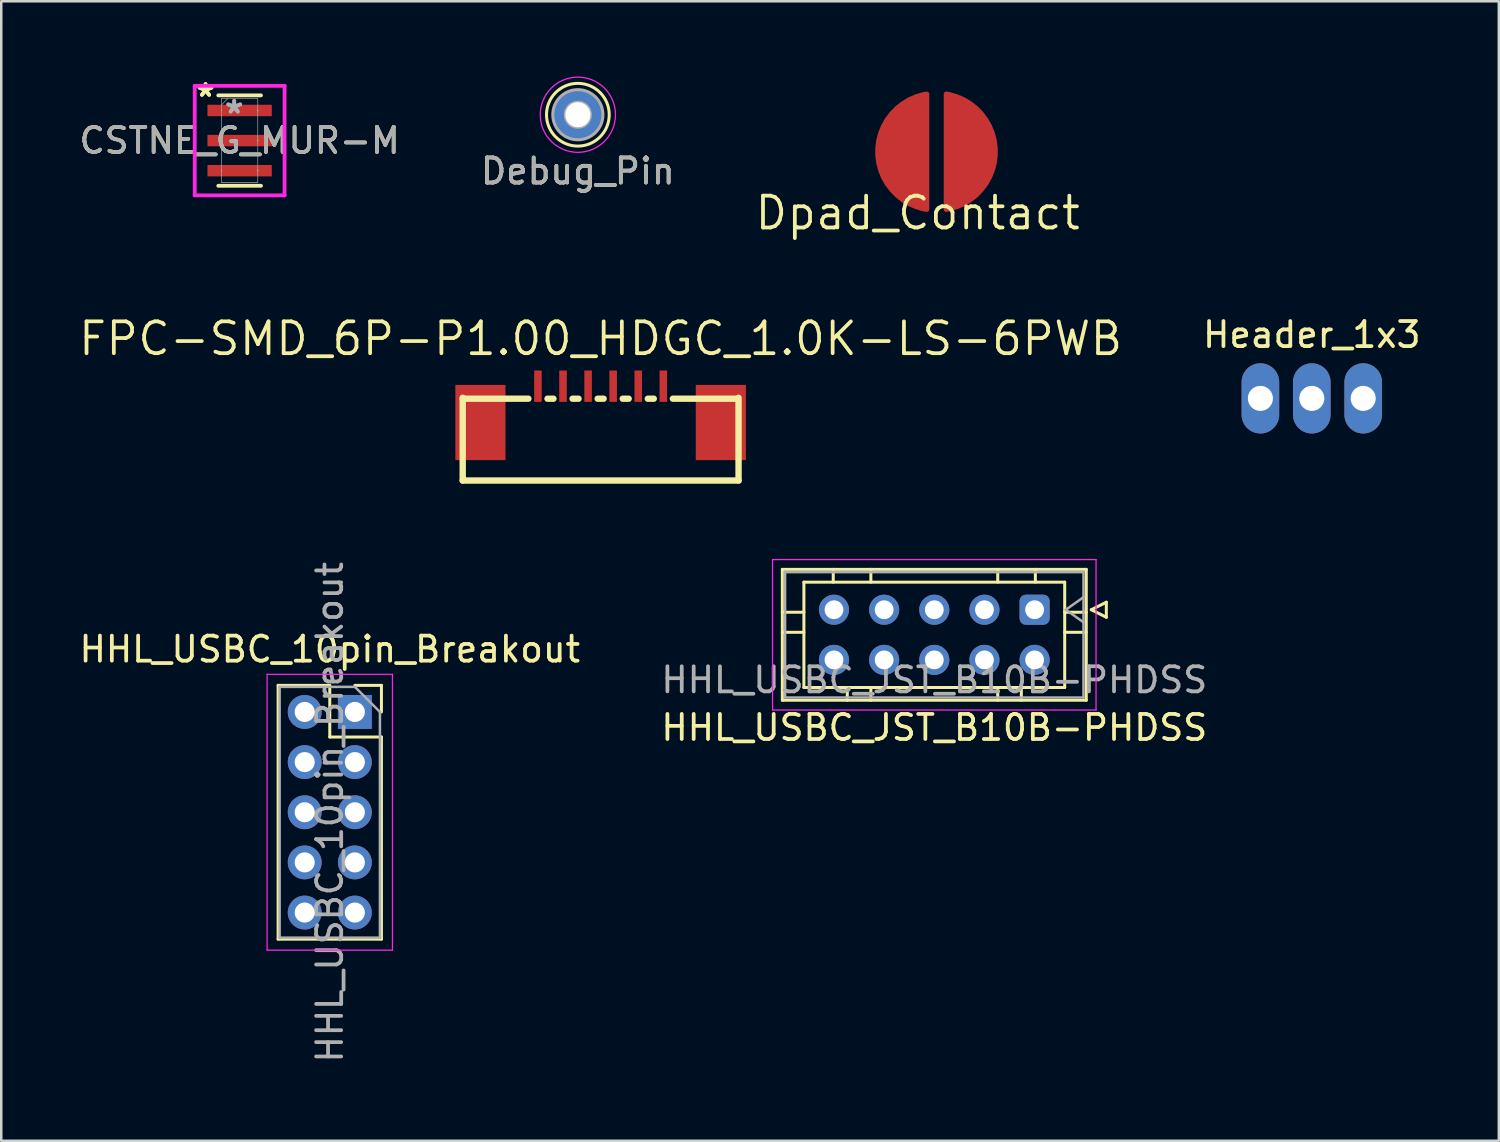
<source format=kicad_pcb>
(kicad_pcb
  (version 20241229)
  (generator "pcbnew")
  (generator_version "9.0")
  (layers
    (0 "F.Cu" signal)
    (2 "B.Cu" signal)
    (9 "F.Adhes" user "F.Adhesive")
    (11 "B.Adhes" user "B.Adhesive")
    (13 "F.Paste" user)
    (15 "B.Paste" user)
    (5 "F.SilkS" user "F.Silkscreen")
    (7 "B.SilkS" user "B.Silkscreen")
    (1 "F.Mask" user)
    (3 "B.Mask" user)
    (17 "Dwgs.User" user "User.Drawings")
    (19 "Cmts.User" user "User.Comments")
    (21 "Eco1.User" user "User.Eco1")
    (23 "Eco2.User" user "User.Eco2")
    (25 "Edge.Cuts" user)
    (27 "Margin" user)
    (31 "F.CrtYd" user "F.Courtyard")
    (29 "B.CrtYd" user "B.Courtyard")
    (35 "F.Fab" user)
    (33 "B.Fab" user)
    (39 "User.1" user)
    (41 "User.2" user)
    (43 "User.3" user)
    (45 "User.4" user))
  (footprint "FPC-SMD_6P-P1.00_HDGC_1.0K-LS-6PWB"
    (layer "F.Cu")
    (at 20.902 13.513)
    (property "Reference" "FPC-SMD_6P-P1.00_HDGC_1.0K-LS-6PWB" (at 0 -3.058 0) (layer "F.SilkS") (effects (font (size 1.27 1.27) (thickness 0.15))))
    (attr smd)
    (fp_line (start -5.5 -0.7) (end -5.5 2.6) (stroke (width 0.254) (type default)) (layer "F.SilkS"))
    (fp_line (start -5.5 2.6) (end 5.5 2.6) (stroke (width 0.254) (type solid)) (layer "F.SilkS"))
    (fp_line (start -2.881 -0.663) (end -5.5 -0.663) (stroke (width 0.254) (type solid)) (layer "F.SilkS"))
    (fp_line (start -1.881 -0.663) (end -2.119 -0.663) (stroke (width 0.254) (type solid)) (layer "F.SilkS"))
    (fp_line (start -0.881 -0.663) (end -1.119 -0.663) (stroke (width 0.254) (type solid)) (layer "F.SilkS"))
    (fp_line (start 0.119 -0.663) (end -0.119 -0.663) (stroke (width 0.254) (type solid)) (layer "F.SilkS"))
    (fp_line (start 1.119 -0.663) (end 0.881 -0.663) (stroke (width 0.254) (type solid)) (layer "F.SilkS"))
    (fp_line (start 2.119 -0.663) (end 1.881 -0.663) (stroke (width 0.254) (type solid)) (layer "F.SilkS"))
    (fp_line (start 5.4 -0.663) (end 2.881 -0.663) (stroke (width 0.254) (type solid)) (layer "F.SilkS"))
    (fp_line (start 5.5 -0.7) (end 5.5 2.6) (stroke (width 0.254) (type solid)) (layer "F.SilkS"))
    (fp_text user "" (at 0 0 0) (layer "Cmts.User") (effects (font (size 1 1) (thickness 0.15))))
    (pad "1" smd rect (at -2.5 -1.163) (size 0.3 1.25) (layers "F.Cu" "F.Mask" "F.Paste"))
    (pad "2" smd rect (at -1.5 -1.163) (size 0.3 1.25) (layers "F.Cu" "F.Mask" "F.Paste"))
    (pad "3" smd rect (at -0.5 -1.163) (size 0.3 1.25) (layers "F.Cu" "F.Mask" "F.Paste"))
    (pad "4" smd rect (at 0.5 -1.163) (size 0.3 1.25) (layers "F.Cu" "F.Mask" "F.Paste"))
    (pad "5" smd rect (at 1.5 -1.163) (size 0.3 1.25) (layers "F.Cu" "F.Mask" "F.Paste"))
    (pad "6" smd rect (at 2.5 -1.163) (size 0.3 1.25) (layers "F.Cu" "F.Mask" "F.Paste"))
    (pad "7" smd rect (at 4.794 0.286) (size 2 3) (layers "F.Cu" "F.Mask" "F.Paste"))
    (pad "8" smd rect (at -4.794 0.286) (size 2 3) (layers "F.Cu" "F.Mask" "F.Paste")))
  (footprint "Debug_Pin"
    (layer "F.Cu")
    (at 19.994 1.525)
    (property "Reference" "Debug_Pin" (at 0 2.25 0) (layer "F.SilkS") (effects (font (size 1 1) (thickness 0.15))))
    (attr through_hole)
    (fp_circle (center 0 0) (end 1.25 0.05) (stroke (width 0.12) (type solid)) (fill no) (layer "F.SilkS"))
    (fp_circle (center 0 0) (end 1.5 0) (stroke (width 0.05) (type solid)) (fill no) (layer "F.CrtYd"))
    (fp_circle (center 0 0) (end 0.5 0) (stroke (width 0.12) (type solid)) (fill no) (layer "F.Fab"))
    (fp_circle (center 0 0) (end 1 0) (stroke (width 0.12) (type solid)) (fill no) (layer "F.Fab"))
    (fp_text user "${REFERENCE}" (at 0 2.25 0) (layer "F.Fab") (effects (font (size 1 1) (thickness 0.15))))
    (pad "1" thru_hole circle (at 0 0) (size 2 2) (drill 1) (layers "*.Cu" "*.Mask")))
  (footprint "CSTNE_G_MUR-M"
    (layer "F.Cu")
    (at 6.506 2.556)
    (property "Reference" "CSTNE_G_MUR-M" (at 0 0 0) (unlocked yes) (layer "F.SilkS") (effects (font (size 1 1) (thickness 0.15))))
    (attr smd)
    (fp_line (start -0.851 -1.803) (end 0.851 -1.803) (stroke (width 0.152) (type solid)) (layer "F.SilkS"))
    (fp_line (start -0.851 1.803) (end 0.851 1.803) (stroke (width 0.152) (type solid)) (layer "F.SilkS"))
    (fp_line (start -1.791 -2.184) (end 1.791 -2.184) (stroke (width 0.152) (type solid)) (layer "F.CrtYd"))
    (fp_line (start -1.791 2.184) (end -1.791 -2.184) (stroke (width 0.152) (type solid)) (layer "F.CrtYd"))
    (fp_line (start 1.791 -2.184) (end 1.791 2.184) (stroke (width 0.152) (type solid)) (layer "F.CrtYd"))
    (fp_line (start 1.791 2.184) (end -1.791 2.184) (stroke (width 0.152) (type solid)) (layer "F.CrtYd"))
    (fp_line (start -0.724 -1.676) (end 0.724 -1.676) (stroke (width 0.025) (type solid)) (layer "F.Fab"))
    (fp_line (start -0.724 -1.2) (end -0.724 -1.676) (stroke (width 0.025) (type solid)) (layer "F.Fab"))
    (fp_line (start -0.724 -1.2) (end -0.724 0) (stroke (width 0.025) (type solid)) (layer "F.Fab"))
    (fp_line (start -0.724 0) (end -0.724 1.2) (stroke (width 0.025) (type solid)) (layer "F.Fab"))
    (fp_line (start -0.724 1.2) (end -0.724 1.676) (stroke (width 0.025) (type solid)) (layer "F.Fab"))
    (fp_line (start -0.724 1.676) (end 0.724 1.676) (stroke (width 0.025) (type solid)) (layer "F.Fab"))
    (fp_line (start -0.47 -1.676) (end -0.724 -1.422) (stroke (width 0.025) (type solid)) (layer "F.Fab"))
    (fp_line (start 0.724 -1.2) (end 0.724 -1.676) (stroke (width 0.025) (type solid)) (layer "F.Fab"))
    (fp_line (start 0.724 -1.2) (end 0.724 0) (stroke (width 0.025) (type solid)) (layer "F.Fab"))
    (fp_line (start 0.724 0) (end 0.724 1.2) (stroke (width 0.025) (type solid)) (layer "F.Fab"))
    (fp_line (start 0.724 1.2) (end 0.724 1.676) (stroke (width 0.025) (type solid)) (layer "F.Fab"))
    (fp_arc (start -0.7239 -1.2) (mid -0.7239 -1.2) (end -0.7239 -1.2) (stroke (width 0.0254) (type solid)) (layer "F.Fab"))
    (fp_arc (start -0.7239 0) (mid -0.7239 0) (end -0.7239 0) (stroke (width 0.0254) (type solid)) (layer "F.Fab"))
    (fp_arc (start -0.7239 1.2) (mid -0.7239 1.2) (end -0.7239 1.2) (stroke (width 0.0254) (type solid)) (layer "F.Fab"))
    (fp_arc (start 0.7239 -1.2) (mid 0.7239 -1.2) (end 0.7239 -1.2) (stroke (width 0.0254) (type solid)) (layer "F.Fab"))
    (fp_arc (start 0.7239 0) (mid 0.7239 0) (end 0.7239 0) (stroke (width 0.0254) (type solid)) (layer "F.Fab"))
    (fp_arc (start 0.7239 1.2) (mid 0.7239 1.2) (end 0.7239 1.2) (stroke (width 0.0254) (type solid)) (layer "F.Fab"))
    (fp_text user "*" (at -1.359 -1.708 0) (unlocked yes) (layer "F.SilkS") (effects (font (size 1 1) (thickness 0.15))))
    (fp_text user "*" (at -1.359 -1.708 0) (layer "F.SilkS") (effects (font (size 1 1) (thickness 0.15))))
    (fp_text user "*" (at -0.216 -1.041 0) (layer "F.Fab") (effects (font (size 1 1) (thickness 0.15))))
    (fp_text user "*" (at -0.216 -1.041 0) (unlocked yes) (layer "F.Fab") (effects (font (size 1 1) (thickness 0.15))))
    (fp_text user "${REFERENCE}" (at 0 0 0) (unlocked yes) (layer "F.Fab") (effects (font (size 1 1) (thickness 0.15))))
    (pad "1" smd rect (at 0 -1.2) (size 2.565 0.457) (layers "F.Cu" "F.Mask" "F.Paste"))
    (pad "2" smd rect (at 0 0) (size 2.565 0.457) (layers "F.Cu" "F.Mask" "F.Paste"))
    (pad "3" smd rect (at 0 1.2) (size 2.565 0.457) (layers "F.Cu" "F.Mask" "F.Paste")))
  (footprint "Dpad_Contact"
    (layer "F.Cu")
    (at 34.296 3)
    (property "Reference" "Dpad_Contact" (at -0.751 2.442 0) (layer "F.SilkS") (effects (font (size 1.27 1.27) (thickness 0.15))))
    (attr smd exclude_from_pos_files exclude_from_bom allow_soldermask_bridges)
    (fp_circle (center 0 0) (end 2.53 -0.05) (stroke (width 0.12) (type solid)) (fill yes) (layer "F.Mask"))
    (pad "1" smd custom (at 1.632 0 90) (size 1.524 1.524) (layers "F.Cu" "F.Mask" "F.Paste") (options (anchor circle)) (primitives (gr_poly (pts (xy 2.304 -1.248) (xy 2.278 -1.1) (xy 2.193 -0.813) (xy 2.072 -0.539) (xy 1.917 -0.283) (xy 1.731 -0.048) (xy 1.515 0.16) (xy 1.275 0.34) (xy 1.014 0.487) (xy 0.737 0.6) (xy 0.447 0.676) (xy 0.15 0.714) (xy -0.15 0.714) (xy -0.447 0.676) (xy -0.737 0.6) (xy -1.014 0.487) (xy -1.275 0.34) (xy -1.515 0.16) (xy -1.731 -0.048) (xy -1.917 -0.283) (xy -2.072 -0.539) (xy -2.193 -0.813) (xy -2.278 -1.1) (xy -2.304 -1.248)) (width 0.192) (fill yes))))
    (pad "2" smd custom (at -1.632 0 90) (size 1.524 1.524) (layers "F.Cu" "F.Mask" "F.Paste") (options (anchor circle)) (primitives (gr_poly (pts (xy 2.304 1.248) (xy 2.278 1.1) (xy 2.193 0.813) (xy 2.072 0.539) (xy 1.917 0.283) (xy 1.731 0.048) (xy 1.515 -0.16) (xy 1.275 -0.34) (xy 1.014 -0.487) (xy 0.737 -0.6) (xy 0.447 -0.676) (xy 0.15 -0.714) (xy -0.15 -0.714) (xy -0.447 -0.676) (xy -0.737 -0.6) (xy -1.014 -0.487) (xy -1.275 -0.34) (xy -1.515 -0.16) (xy -1.731 0.048) (xy -1.917 0.283) (xy -2.072 0.539) (xy -2.193 0.813) (xy -2.278 1.1) (xy -2.304 1.248)) (width 0.192) (fill yes))))
    (zone (net_name "") (layer "F.Cu") (hatch edge 0.5) (connect_pads) (min_thickness 0.25) (filled_areas_thickness no) (keepout (tracks allowed) (vias allowed) (pads allowed) (copperpour not_allowed) (footprints allowed)) (placement (enabled no)) (fill) (polygon (pts (xy 33.796 0) (xy 34.796 0) (xy 34.796 6) (xy 33.796 6)))))
  (footprint "HHL_USBC_10pin_Breakout"
    (layer "F.Cu")
    (at 11.101 25.341)
    (property "Reference" "HHL_USBC_10pin_Breakout" (at -1 -2.5 0) (layer "F.SilkS") (effects (font (size 1 1) (thickness 0.15))))
    (attr through_hole)
    (fp_line (start -3.06 -1.06) (end -3.06 9.06) (stroke (width 0.12) (type solid)) (layer "F.SilkS"))
    (fp_line (start -3.06 -1.06) (end -1 -1.06) (stroke (width 0.12) (type solid)) (layer "F.SilkS"))
    (fp_line (start -3.06 9.06) (end 1.06 9.06) (stroke (width 0.12) (type solid)) (layer "F.SilkS"))
    (fp_line (start -1 -1.06) (end -1 1) (stroke (width 0.12) (type solid)) (layer "F.SilkS"))
    (fp_line (start -1 1) (end 1.06 1) (stroke (width 0.12) (type solid)) (layer "F.SilkS"))
    (fp_line (start 0 -1.06) (end 1.06 -1.06) (stroke (width 0.12) (type solid)) (layer "F.SilkS"))
    (fp_line (start 1.06 -1.06) (end 1.06 0) (stroke (width 0.12) (type solid)) (layer "F.SilkS"))
    (fp_line (start 1.06 1) (end 1.06 9.06) (stroke (width 0.12) (type solid)) (layer "F.SilkS"))
    (fp_line (start -3.5 -1.5) (end 1.5 -1.5) (stroke (width 0.05) (type solid)) (layer "F.CrtYd"))
    (fp_line (start -3.5 9.5) (end -3.5 -1.5) (stroke (width 0.05) (type solid)) (layer "F.CrtYd"))
    (fp_line (start 1.5 -1.5) (end 1.5 9.5) (stroke (width 0.05) (type solid)) (layer "F.CrtYd"))
    (fp_line (start 1.5 9.5) (end -3.5 9.5) (stroke (width 0.05) (type solid)) (layer "F.CrtYd"))
    (fp_line (start -3 -1) (end 0 -1) (stroke (width 0.1) (type solid)) (layer "F.Fab"))
    (fp_line (start -3 9) (end -3 -1) (stroke (width 0.1) (type solid)) (layer "F.Fab"))
    (fp_line (start 0 -1) (end 1 0) (stroke (width 0.1) (type solid)) (layer "F.Fab"))
    (fp_line (start 1 0) (end 1 9) (stroke (width 0.1) (type solid)) (layer "F.Fab"))
    (fp_line (start 1 9) (end -3 9) (stroke (width 0.1) (type solid)) (layer "F.Fab"))
    (fp_text user "${REFERENCE}" (at -1 4 90) (layer "F.Fab") (effects (font (size 1 1) (thickness 0.15))))
    (pad "1" thru_hole rect (at 0 0) (size 1.35 1.35) (drill 0.8) (layers "*.Cu" "*.Mask"))
    (pad "2" thru_hole oval (at 0 2) (size 1.35 1.35) (drill 0.8) (layers "*.Cu" "*.Mask"))
    (pad "3" thru_hole oval (at 0 4) (size 1.35 1.35) (drill 0.8) (layers "*.Cu" "*.Mask"))
    (pad "4" thru_hole oval (at 0 6) (size 1.35 1.35) (drill 0.8) (layers "*.Cu" "*.Mask"))
    (pad "5" thru_hole oval (at 0 8) (size 1.35 1.35) (drill 0.8) (layers "*.Cu" "*.Mask"))
    (pad "6" thru_hole oval (at -2 0) (size 1.35 1.35) (drill 0.8) (layers "*.Cu" "*.Mask"))
    (pad "7" thru_hole oval (at -2 2) (size 1.35 1.35) (drill 0.8) (layers "*.Cu" "*.Mask"))
    (pad "8" thru_hole oval (at -2 4) (size 1.35 1.35) (drill 0.8) (layers "*.Cu" "*.Mask"))
    (pad "9" thru_hole oval (at -2 6) (size 1.35 1.35) (drill 0.8) (layers "*.Cu" "*.Mask"))
    (pad "10" thru_hole oval (at -2 8) (size 1.35 1.35) (drill 0.8) (layers "*.Cu" "*.Mask")))
  (footprint "HHL_USBC_JST_B10B-PHDSS"
    (layer "F.Cu")
    (at 34.208 22.265)
    (property "Reference" "HHL_USBC_JST_B10B-PHDSS" (at 0 3.7 180) (layer "F.SilkS") (effects (font (size 1 1) (thickness 0.15))))
    (attr through_hole)
    (fp_line (start -6.06 -2.61) (end -6.06 2.61) (stroke (width 0.12) (type solid)) (layer "F.SilkS"))
    (fp_line (start -6.06 -0.9) (end -5.2 -0.9) (stroke (width 0.12) (type solid)) (layer "F.SilkS"))
    (fp_line (start -6.06 -0.1) (end -5.2 -0.1) (stroke (width 0.12) (type solid)) (layer "F.SilkS"))
    (fp_line (start -6.06 2.61) (end 6.06 2.61) (stroke (width 0.12) (type solid)) (layer "F.SilkS"))
    (fp_line (start -5.2 -2.1) (end -5.2 2.1) (stroke (width 0.12) (type solid)) (layer "F.SilkS"))
    (fp_line (start -5.2 2.1) (end 5.2 2.1) (stroke (width 0.12) (type solid)) (layer "F.SilkS"))
    (fp_line (start -4.03 -2.61) (end -4.03 -2.1) (stroke (width 0.12) (type solid)) (layer "F.SilkS"))
    (fp_line (start -3.47 2.61) (end -3.47 2.1) (stroke (width 0.12) (type solid)) (layer "F.SilkS"))
    (fp_line (start -2.53 -2.61) (end -2.53 -2.1) (stroke (width 0.12) (type solid)) (layer "F.SilkS"))
    (fp_line (start -2.53 2.61) (end -2.53 2.1) (stroke (width 0.12) (type solid)) (layer "F.SilkS"))
    (fp_line (start 2.53 -2.61) (end 2.53 -2.1) (stroke (width 0.12) (type solid)) (layer "F.SilkS"))
    (fp_line (start 2.53 2.61) (end 2.53 2.1) (stroke (width 0.12) (type solid)) (layer "F.SilkS"))
    (fp_line (start 3.47 2.61) (end 3.47 2.1) (stroke (width 0.12) (type solid)) (layer "F.SilkS"))
    (fp_line (start 4.03 -2.61) (end 4.03 -2.1) (stroke (width 0.12) (type solid)) (layer "F.SilkS"))
    (fp_line (start 5.2 -2.1) (end -5.2 -2.1) (stroke (width 0.12) (type solid)) (layer "F.SilkS"))
    (fp_line (start 5.2 2.1) (end 5.2 -2.1) (stroke (width 0.12) (type solid)) (layer "F.SilkS"))
    (fp_line (start 6.06 -2.61) (end -6.06 -2.61) (stroke (width 0.12) (type solid)) (layer "F.SilkS"))
    (fp_line (start 6.06 -0.9) (end 5.2 -0.9) (stroke (width 0.12) (type solid)) (layer "F.SilkS"))
    (fp_line (start 6.06 -0.1) (end 5.2 -0.1) (stroke (width 0.12) (type solid)) (layer "F.SilkS"))
    (fp_line (start 6.06 2.61) (end 6.06 -2.61) (stroke (width 0.12) (type solid)) (layer "F.SilkS"))
    (fp_line (start 6.26 -1) (end 6.86 -1.3) (stroke (width 0.12) (type solid)) (layer "F.SilkS"))
    (fp_line (start 6.86 -1.3) (end 6.86 -0.7) (stroke (width 0.12) (type solid)) (layer "F.SilkS"))
    (fp_line (start 6.86 -0.7) (end 6.26 -1) (stroke (width 0.12) (type solid)) (layer "F.SilkS"))
    (fp_line (start -6.45 -3) (end -6.45 3) (stroke (width 0.05) (type solid)) (layer "F.CrtYd"))
    (fp_line (start -6.45 3) (end 6.45 3) (stroke (width 0.05) (type solid)) (layer "F.CrtYd"))
    (fp_line (start 6.45 -3) (end -6.45 -3) (stroke (width 0.05) (type solid)) (layer "F.CrtYd"))
    (fp_line (start 6.45 3) (end 6.45 -3) (stroke (width 0.05) (type solid)) (layer "F.CrtYd"))
    (fp_line (start -5.95 -2.5) (end -5.95 2.5) (stroke (width 0.1) (type solid)) (layer "F.Fab"))
    (fp_line (start -5.95 2.5) (end 5.95 2.5) (stroke (width 0.1) (type solid)) (layer "F.Fab"))
    (fp_line (start 5.243 -1) (end 5.95 -0.5) (stroke (width 0.1) (type solid)) (layer "F.Fab"))
    (fp_line (start 5.95 -2.5) (end -5.95 -2.5) (stroke (width 0.1) (type solid)) (layer "F.Fab"))
    (fp_line (start 5.95 -1.5) (end 5.243 -1) (stroke (width 0.1) (type solid)) (layer "F.Fab"))
    (fp_line (start 5.95 2.5) (end 5.95 -2.5) (stroke (width 0.1) (type solid)) (layer "F.Fab"))
    (fp_text user "${REFERENCE}" (at 0 1.8 180) (layer "F.Fab") (effects (font (size 1 1) (thickness 0.15))))
    (pad "1" thru_hole roundrect (at 4 -1 180) (size 1.2 1.2) (drill 0.75) (layers "*.Cu" "*.Mask") (roundrect_rratio 0.208))
    (pad "2" thru_hole circle (at 2 -1 180) (size 1.2 1.2) (drill 0.75) (layers "*.Cu" "*.Mask"))
    (pad "3" thru_hole circle (at 0 -1 180) (size 1.2 1.2) (drill 0.75) (layers "*.Cu" "*.Mask"))
    (pad "4" thru_hole circle (at -2 -1 180) (size 1.2 1.2) (drill 0.75) (layers "*.Cu" "*.Mask"))
    (pad "5" thru_hole circle (at -4 -1 180) (size 1.2 1.2) (drill 0.75) (layers "*.Cu" "*.Mask"))
    (pad "6" thru_hole circle (at -4 1 180) (size 1.2 1.2) (drill 0.75) (layers "*.Cu" "*.Mask"))
    (pad "7" thru_hole circle (at -2 1 180) (size 1.2 1.2) (drill 0.75) (layers "*.Cu" "*.Mask"))
    (pad "8" thru_hole circle (at 0 1 180) (size 1.2 1.2) (drill 0.75) (layers "*.Cu" "*.Mask"))
    (pad "9" thru_hole circle (at 2 1 180) (size 1.2 1.2) (drill 0.75) (layers "*.Cu" "*.Mask"))
    (pad "10" thru_hole circle (at 4 1 180) (size 1.2 1.2) (drill 0.75) (layers "*.Cu" "*.Mask")))
  (footprint "Header_1x3"
    (layer "F.Cu")
    (at 49.262 12.837)
    (property "Reference" "Header_1x3" (at 0 -2.54 0) (layer "F.SilkS") (effects (font (size 1 1) (thickness 0.15))))
    (attr through_hole)
    (fp_circle (center 0 0) (end 0.4 0) (stroke (width 0.1) (type solid)) (fill no) (layer "Dwgs.User"))
    (pad "1" thru_hole oval (at -2.05 0 180) (size 1.5 2.8) (drill 1) (layers "*.Cu" "*.Mask"))
    (pad "2" thru_hole oval (at 0 0 180) (size 1.5 2.8) (drill 1) (layers "*.Cu" "*.Mask"))
    (pad "3" thru_hole oval (at 2.05 0 180) (size 1.5 2.8) (drill 1) (layers "*.Cu" "*.Mask")))
  (gr_rect
    (start -3 -3)
    (end 56.72 42.442)
    (stroke (width 0.1) (type default))
    (fill no)
    (layer "Edge.Cuts")))
</source>
